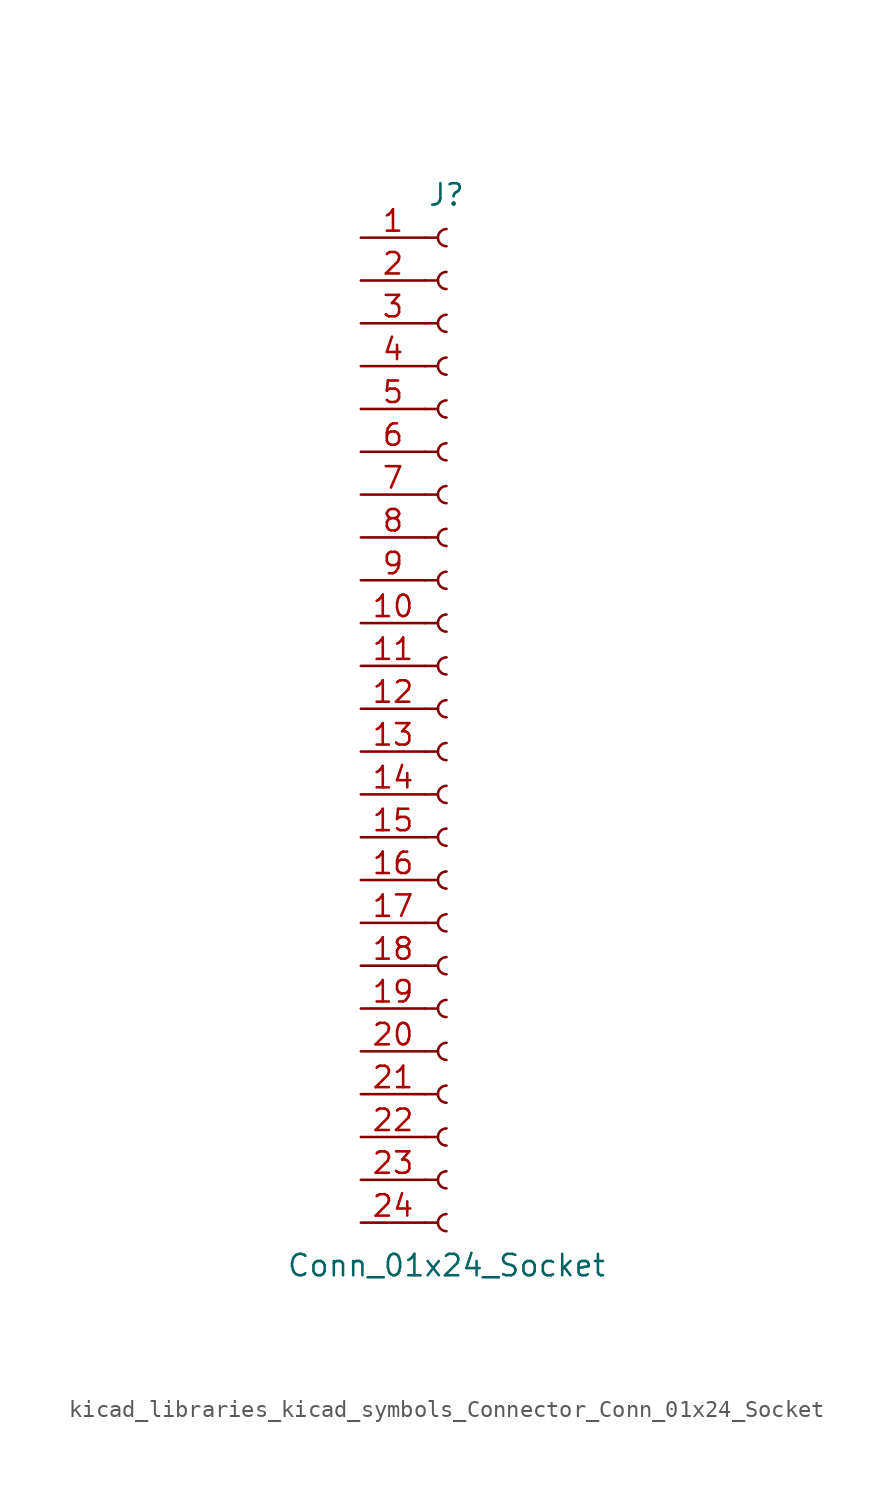
<source format=kicad_sym>
(kicad_symbol_lib
  (version 20220914)
  (generator kicad_symbol_editor)
  (symbol "kicad_libraries_kicad_symbols_Connector_Conn_01x24_Socket"
    (pin_names
      (offset 1.016) hide)
    (property "Reference" "J"
      (at 0 30.48 0)
      (effects (font (size 1.27 1.27))))
    (property "Value" "Conn_01x24_Socket"
      (at 0 -33.02 0)
      (effects (font (size 1.27 1.27))))
    (property "ki_locked" ""
      (at 0 0 0)
      (effects (font (size 1.27 1.27))))
    (symbol "kicad_libraries_kicad_symbols_Connector_Conn_01x24_Socket_1_1"
      (arc (start 0 -29.972) (mid -0.5058 -30.48) (end 0 -30.988) (stroke (width 0.1524) (type default)) (fill (type none)))
      (arc (start 0 -27.432) (mid -0.5058 -27.94) (end 0 -28.448) (stroke (width 0.1524) (type default)) (fill (type none)))
      (arc (start 0 -24.892) (mid -0.5058 -25.4) (end 0 -25.908) (stroke (width 0.1524) (type default)) (fill (type none)))
      (arc (start 0 -22.352) (mid -0.5058 -22.86) (end 0 -23.368) (stroke (width 0.1524) (type default)) (fill (type none)))
      (arc (start 0 -19.812) (mid -0.5058 -20.32) (end 0 -20.828) (stroke (width 0.1524) (type default)) (fill (type none)))
      (arc (start 0 -17.272) (mid -0.5058 -17.78) (end 0 -18.288) (stroke (width 0.1524) (type default)) (fill (type none)))
      (arc (start 0 -14.732) (mid -0.5058 -15.24) (end 0 -15.748) (stroke (width 0.1524) (type default)) (fill (type none)))
      (arc (start 0 -12.192) (mid -0.5058 -12.7) (end 0 -13.208) (stroke (width 0.1524) (type default)) (fill (type none)))
      (arc (start 0 -9.652) (mid -0.5058 -10.16) (end 0 -10.668) (stroke (width 0.1524) (type default)) (fill (type none)))
      (arc (start 0 -7.112) (mid -0.5058 -7.62) (end 0 -8.128) (stroke (width 0.1524) (type default)) (fill (type none)))
      (arc (start 0 -4.572) (mid -0.5058 -5.08) (end 0 -5.588) (stroke (width 0.1524) (type default)) (fill (type none)))
      (arc (start 0 -2.032) (mid -0.5058 -2.54) (end 0 -3.048) (stroke (width 0.1524) (type default)) (fill (type none)))
      (polyline (pts (xy -1.27 -30.48) (xy -0.508 -30.48)) (stroke (width 0.152) (type default)) (fill (type none)))
      (polyline (pts (xy -1.27 -27.94) (xy -0.508 -27.94)) (stroke (width 0.152) (type default)) (fill (type none)))
      (polyline (pts (xy -1.27 -25.4) (xy -0.508 -25.4)) (stroke (width 0.152) (type default)) (fill (type none)))
      (polyline (pts (xy -1.27 -22.86) (xy -0.508 -22.86)) (stroke (width 0.152) (type default)) (fill (type none)))
      (polyline (pts (xy -1.27 -20.32) (xy -0.508 -20.32)) (stroke (width 0.152) (type default)) (fill (type none)))
      (polyline (pts (xy -1.27 -17.78) (xy -0.508 -17.78)) (stroke (width 0.152) (type default)) (fill (type none)))
      (polyline (pts (xy -1.27 -15.24) (xy -0.508 -15.24)) (stroke (width 0.152) (type default)) (fill (type none)))
      (polyline (pts (xy -1.27 -12.7) (xy -0.508 -12.7)) (stroke (width 0.152) (type default)) (fill (type none)))
      (polyline (pts (xy -1.27 -10.16) (xy -0.508 -10.16)) (stroke (width 0.152) (type default)) (fill (type none)))
      (polyline (pts (xy -1.27 -7.62) (xy -0.508 -7.62)) (stroke (width 0.152) (type default)) (fill (type none)))
      (polyline (pts (xy -1.27 -5.08) (xy -0.508 -5.08)) (stroke (width 0.152) (type default)) (fill (type none)))
      (polyline (pts (xy -1.27 -2.54) (xy -0.508 -2.54)) (stroke (width 0.152) (type default)) (fill (type none)))
      (polyline (pts (xy -1.27 0) (xy -0.508 0)) (stroke (width 0.152) (type default)) (fill (type none)))
      (polyline (pts (xy -1.27 2.54) (xy -0.508 2.54)) (stroke (width 0.152) (type default)) (fill (type none)))
      (polyline (pts (xy -1.27 5.08) (xy -0.508 5.08)) (stroke (width 0.152) (type default)) (fill (type none)))
      (polyline (pts (xy -1.27 7.62) (xy -0.508 7.62)) (stroke (width 0.152) (type default)) (fill (type none)))
      (polyline (pts (xy -1.27 10.16) (xy -0.508 10.16)) (stroke (width 0.152) (type default)) (fill (type none)))
      (polyline (pts (xy -1.27 12.7) (xy -0.508 12.7)) (stroke (width 0.152) (type default)) (fill (type none)))
      (polyline (pts (xy -1.27 15.24) (xy -0.508 15.24)) (stroke (width 0.152) (type default)) (fill (type none)))
      (polyline (pts (xy -1.27 17.78) (xy -0.508 17.78)) (stroke (width 0.152) (type default)) (fill (type none)))
      (polyline (pts (xy -1.27 20.32) (xy -0.508 20.32)) (stroke (width 0.152) (type default)) (fill (type none)))
      (polyline (pts (xy -1.27 22.86) (xy -0.508 22.86)) (stroke (width 0.152) (type default)) (fill (type none)))
      (polyline (pts (xy -1.27 25.4) (xy -0.508 25.4)) (stroke (width 0.152) (type default)) (fill (type none)))
      (polyline (pts (xy -1.27 27.94) (xy -0.508 27.94)) (stroke (width 0.152) (type default)) (fill (type none)))
      (arc (start 0 0.508) (mid -0.5058 0) (end 0 -0.508) (stroke (width 0.1524) (type default)) (fill (type none)))
      (arc (start 0 3.048) (mid -0.5058 2.54) (end 0 2.032) (stroke (width 0.1524) (type default)) (fill (type none)))
      (arc (start 0 5.588) (mid -0.5058 5.08) (end 0 4.572) (stroke (width 0.1524) (type default)) (fill (type none)))
      (arc (start 0 8.128) (mid -0.5058 7.62) (end 0 7.112) (stroke (width 0.1524) (type default)) (fill (type none)))
      (arc (start 0 10.668) (mid -0.5058 10.16) (end 0 9.652) (stroke (width 0.1524) (type default)) (fill (type none)))
      (arc (start 0 13.208) (mid -0.5058 12.7) (end 0 12.192) (stroke (width 0.1524) (type default)) (fill (type none)))
      (arc (start 0 15.748) (mid -0.5058 15.24) (end 0 14.732) (stroke (width 0.1524) (type default)) (fill (type none)))
      (arc (start 0 18.288) (mid -0.5058 17.78) (end 0 17.272) (stroke (width 0.1524) (type default)) (fill (type none)))
      (arc (start 0 20.828) (mid -0.5058 20.32) (end 0 19.812) (stroke (width 0.1524) (type default)) (fill (type none)))
      (arc (start 0 23.368) (mid -0.5058 22.86) (end 0 22.352) (stroke (width 0.1524) (type default)) (fill (type none)))
      (arc (start 0 25.908) (mid -0.5058 25.4) (end 0 24.892) (stroke (width 0.1524) (type default)) (fill (type none)))
      (arc (start 0 28.448) (mid -0.5058 27.94) (end 0 27.432) (stroke (width 0.1524) (type default)) (fill (type none)))
      (pin passive line (at -5.08 27.94 0) (length 3.81) (name "Pin_1" (effects (font (size 1.27 1.27)))) (number "1" (effects (font (size 1.27 1.27)))))
      (pin passive line (at -5.08 5.08 0) (length 3.81) (name "Pin_10" (effects (font (size 1.27 1.27)))) (number "10" (effects (font (size 1.27 1.27)))))
      (pin passive line (at -5.08 2.54 0) (length 3.81) (name "Pin_11" (effects (font (size 1.27 1.27)))) (number "11" (effects (font (size 1.27 1.27)))))
      (pin passive line (at -5.08 0 0) (length 3.81) (name "Pin_12" (effects (font (size 1.27 1.27)))) (number "12" (effects (font (size 1.27 1.27)))))
      (pin passive line (at -5.08 -2.54 0) (length 3.81) (name "Pin_13" (effects (font (size 1.27 1.27)))) (number "13" (effects (font (size 1.27 1.27)))))
      (pin passive line (at -5.08 -5.08 0) (length 3.81) (name "Pin_14" (effects (font (size 1.27 1.27)))) (number "14" (effects (font (size 1.27 1.27)))))
      (pin passive line (at -5.08 -7.62 0) (length 3.81) (name "Pin_15" (effects (font (size 1.27 1.27)))) (number "15" (effects (font (size 1.27 1.27)))))
      (pin passive line (at -5.08 -10.16 0) (length 3.81) (name "Pin_16" (effects (font (size 1.27 1.27)))) (number "16" (effects (font (size 1.27 1.27)))))
      (pin passive line (at -5.08 -12.7 0) (length 3.81) (name "Pin_17" (effects (font (size 1.27 1.27)))) (number "17" (effects (font (size 1.27 1.27)))))
      (pin passive line (at -5.08 -15.24 0) (length 3.81) (name "Pin_18" (effects (font (size 1.27 1.27)))) (number "18" (effects (font (size 1.27 1.27)))))
      (pin passive line (at -5.08 -17.78 0) (length 3.81) (name "Pin_19" (effects (font (size 1.27 1.27)))) (number "19" (effects (font (size 1.27 1.27)))))
      (pin passive line (at -5.08 25.4 0) (length 3.81) (name "Pin_2" (effects (font (size 1.27 1.27)))) (number "2" (effects (font (size 1.27 1.27)))))
      (pin passive line (at -5.08 -20.32 0) (length 3.81) (name "Pin_20" (effects (font (size 1.27 1.27)))) (number "20" (effects (font (size 1.27 1.27)))))
      (pin passive line (at -5.08 -22.86 0) (length 3.81) (name "Pin_21" (effects (font (size 1.27 1.27)))) (number "21" (effects (font (size 1.27 1.27)))))
      (pin passive line (at -5.08 -25.4 0) (length 3.81) (name "Pin_22" (effects (font (size 1.27 1.27)))) (number "22" (effects (font (size 1.27 1.27)))))
      (pin passive line (at -5.08 -27.94 0) (length 3.81) (name "Pin_23" (effects (font (size 1.27 1.27)))) (number "23" (effects (font (size 1.27 1.27)))))
      (pin passive line (at -5.08 -30.48 0) (length 3.81) (name "Pin_24" (effects (font (size 1.27 1.27)))) (number "24" (effects (font (size 1.27 1.27)))))
      (pin passive line (at -5.08 22.86 0) (length 3.81) (name "Pin_3" (effects (font (size 1.27 1.27)))) (number "3" (effects (font (size 1.27 1.27)))))
      (pin passive line (at -5.08 20.32 0) (length 3.81) (name "Pin_4" (effects (font (size 1.27 1.27)))) (number "4" (effects (font (size 1.27 1.27)))))
      (pin passive line (at -5.08 17.78 0) (length 3.81) (name "Pin_5" (effects (font (size 1.27 1.27)))) (number "5" (effects (font (size 1.27 1.27)))))
      (pin passive line (at -5.08 15.24 0) (length 3.81) (name "Pin_6" (effects (font (size 1.27 1.27)))) (number "6" (effects (font (size 1.27 1.27)))))
      (pin passive line (at -5.08 12.7 0) (length 3.81) (name "Pin_7" (effects (font (size 1.27 1.27)))) (number "7" (effects (font (size 1.27 1.27)))))
      (pin passive line (at -5.08 10.16 0) (length 3.81) (name "Pin_8" (effects (font (size 1.27 1.27)))) (number "8" (effects (font (size 1.27 1.27)))))
      (pin passive line (at -5.08 7.62 0) (length 3.81) (name "Pin_9" (effects (font (size 1.27 1.27)))) (number "9" (effects (font (size 1.27 1.27))))))))
</source>
